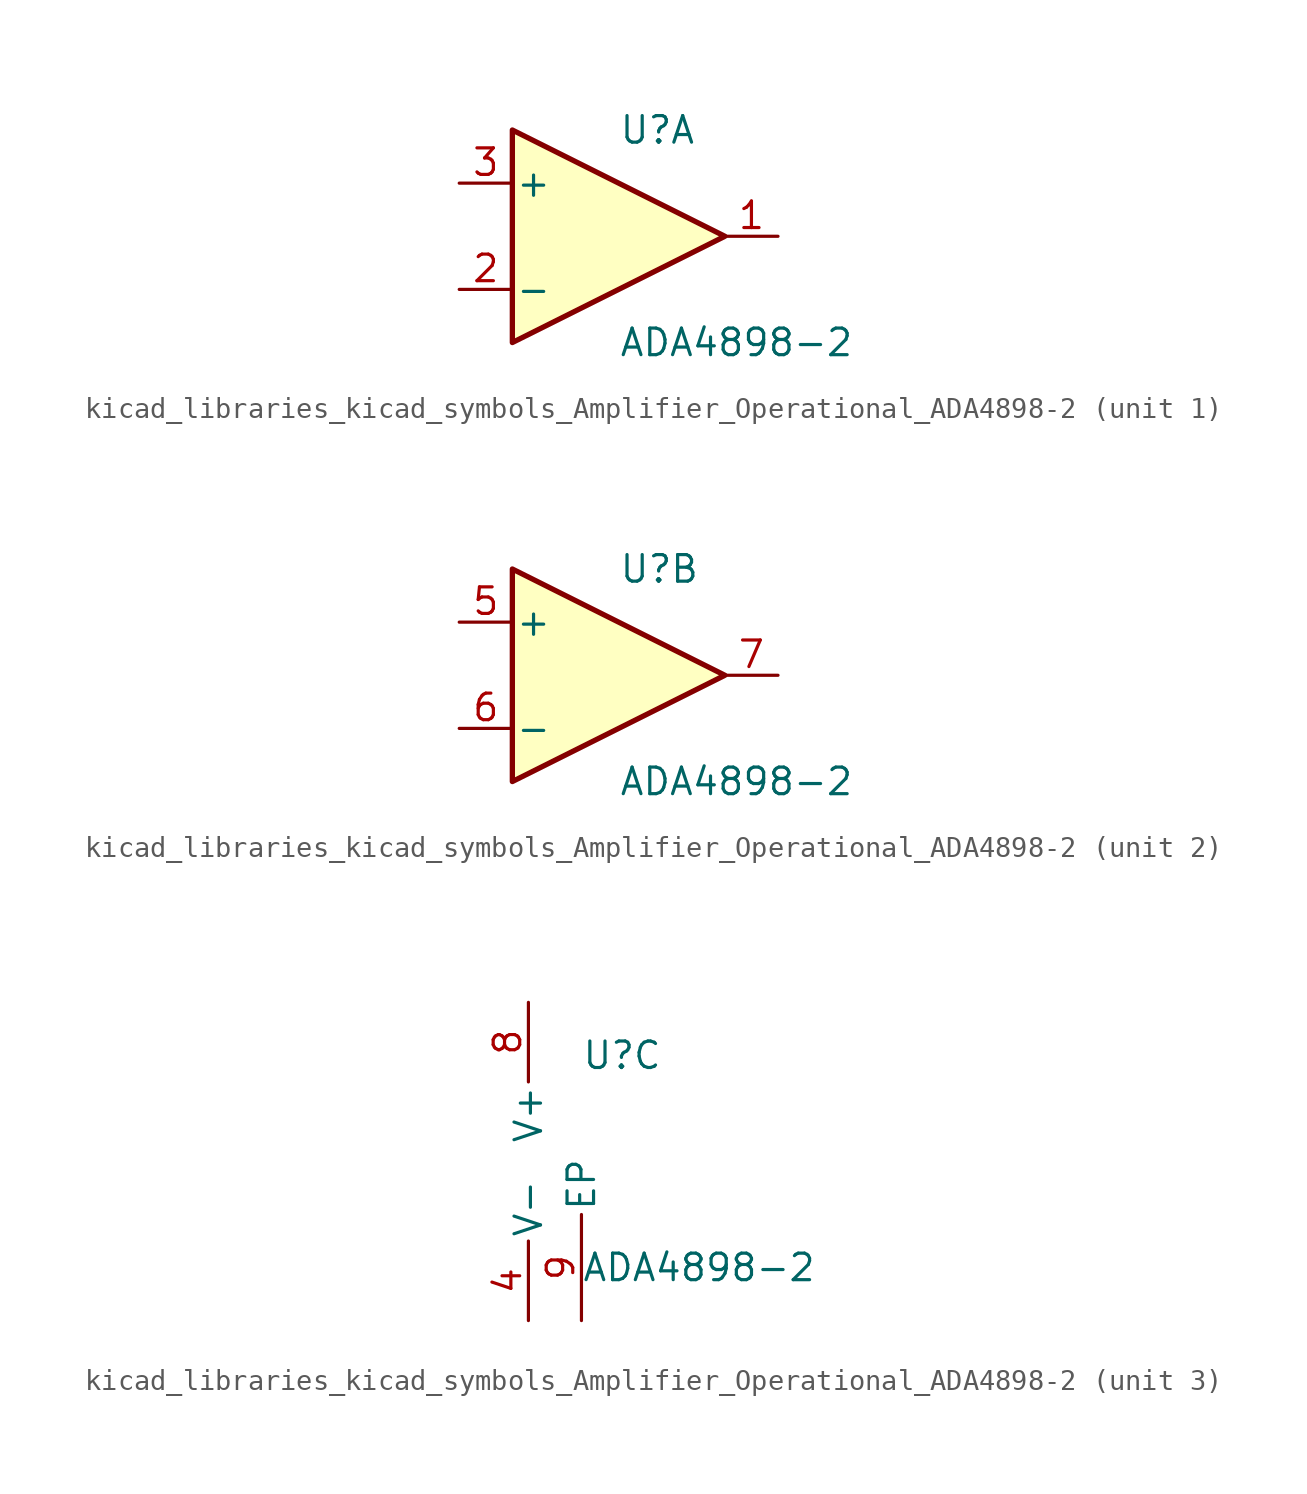
<source format=kicad_sym>
(kicad_symbol_lib
  (version 20220914)
  (generator kicad_symbol_editor)
  (symbol "kicad_libraries_kicad_symbols_Amplifier_Operational_ADA4898-2"
    (pin_names
      (offset 0.127))
    (property "Reference" "U"
      (at 0 5.08 0)
      (effects (font (size 1.27 1.27)) (justify left)))
    (property "Value" "ADA4898-2"
      (at 0 -5.08 0)
      (effects (font (size 1.27 1.27)) (justify left)))
    (property "ki_locked" ""
      (at 0 0 0)
      (effects (font (size 1.27 1.27))))
    (symbol "kicad_libraries_kicad_symbols_Amplifier_Operational_ADA4898-2_1_1"
      (polyline (pts (xy -5.08 5.08) (xy 5.08 0) (xy -5.08 -5.08) (xy -5.08 5.08)) (stroke (width 0.254) (type default)) (fill (type background)))
      (pin output line (at 7.62 0 180) (length 2.54) (name "~" (effects (font (size 1.27 1.27)))) (number "1" (effects (font (size 1.27 1.27)))))
      (pin input line (at -7.62 -2.54 0) (length 2.54) (name "-" (effects (font (size 1.27 1.27)))) (number "2" (effects (font (size 1.27 1.27)))))
      (pin input line (at -7.62 2.54 0) (length 2.54) (name "+" (effects (font (size 1.27 1.27)))) (number "3" (effects (font (size 1.27 1.27))))))
    (symbol "kicad_libraries_kicad_symbols_Amplifier_Operational_ADA4898-2_2_1"
      (polyline (pts (xy -5.08 5.08) (xy 5.08 0) (xy -5.08 -5.08) (xy -5.08 5.08)) (stroke (width 0.254) (type default)) (fill (type background)))
      (pin input line (at -7.62 2.54 0) (length 2.54) (name "+" (effects (font (size 1.27 1.27)))) (number "5" (effects (font (size 1.27 1.27)))))
      (pin input line (at -7.62 -2.54 0) (length 2.54) (name "-" (effects (font (size 1.27 1.27)))) (number "6" (effects (font (size 1.27 1.27)))))
      (pin output line (at 7.62 0 180) (length 2.54) (name "~" (effects (font (size 1.27 1.27)))) (number "7" (effects (font (size 1.27 1.27))))))
    (symbol "kicad_libraries_kicad_symbols_Amplifier_Operational_ADA4898-2_3_1"
      (pin power_in line (at -2.54 -7.62 90) (length 3.81) (name "V-" (effects (font (size 1.27 1.27)))) (number "4" (effects (font (size 1.27 1.27)))))
      (pin power_in line (at -2.54 7.62 270) (length 3.81) (name "V+" (effects (font (size 1.27 1.27)))) (number "8" (effects (font (size 1.27 1.27)))))
      (pin passive line (at 0 -7.62 90) (length 5.08) (name "EP" (effects (font (size 1.27 1.27)))) (number "9" (effects (font (size 1.27 1.27))))))))
</source>
